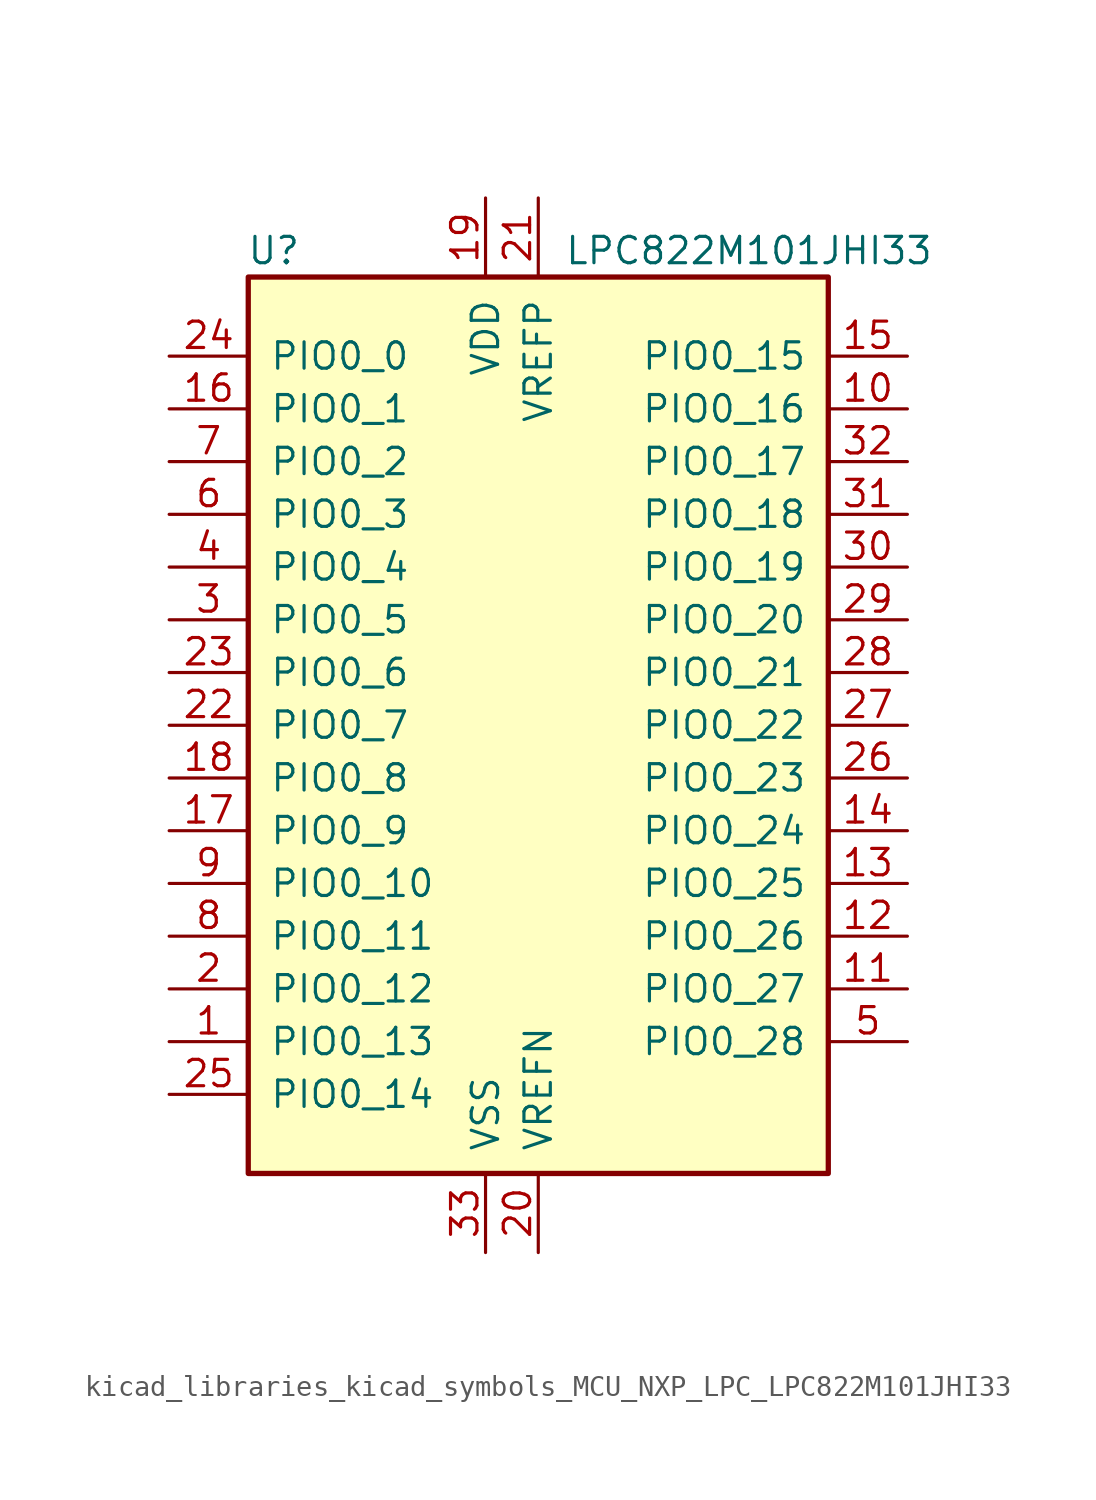
<source format=kicad_sym>
(kicad_symbol_lib
  (version 20220914)
  (generator kicad_symbol_editor)
  (symbol "kicad_libraries_kicad_symbols_MCU_NXP_LPC_LPC822M101JHI33"
    (pin_names
      (offset 1.016))
    (property "Reference" "U"
      (at -11.43 22.86 0)
      (effects (font (size 1.27 1.27)) (justify right)))
    (property "Value" "LPC822M101JHI33"
      (at 19.05 22.86 0)
      (effects (font (size 1.27 1.27)) (justify right)))
    (symbol "kicad_libraries_kicad_symbols_MCU_NXP_LPC_LPC822M101JHI33_0_1"
      (rectangle (start -13.97 21.59) (end 13.97 -21.59) (stroke (width 0.254) (type default)) (fill (type background))))
    (symbol "kicad_libraries_kicad_symbols_MCU_NXP_LPC_LPC822M101JHI33_1_1"
      (pin bidirectional line (at -17.78 -15.24 0) (length 3.81) (name "PIO0_13" (effects (font (size 1.27 1.27)))) (number "1" (effects (font (size 1.27 1.27)))))
      (pin bidirectional line (at 17.78 15.24 180) (length 3.81) (name "PIO0_16" (effects (font (size 1.27 1.27)))) (number "10" (effects (font (size 1.27 1.27)))))
      (pin bidirectional line (at 17.78 -12.7 180) (length 3.81) (name "PIO0_27" (effects (font (size 1.27 1.27)))) (number "11" (effects (font (size 1.27 1.27)))))
      (pin bidirectional line (at 17.78 -10.16 180) (length 3.81) (name "PIO0_26" (effects (font (size 1.27 1.27)))) (number "12" (effects (font (size 1.27 1.27)))))
      (pin bidirectional line (at 17.78 -7.62 180) (length 3.81) (name "PIO0_25" (effects (font (size 1.27 1.27)))) (number "13" (effects (font (size 1.27 1.27)))))
      (pin bidirectional line (at 17.78 -5.08 180) (length 3.81) (name "PIO0_24" (effects (font (size 1.27 1.27)))) (number "14" (effects (font (size 1.27 1.27)))))
      (pin bidirectional line (at 17.78 17.78 180) (length 3.81) (name "PIO0_15" (effects (font (size 1.27 1.27)))) (number "15" (effects (font (size 1.27 1.27)))))
      (pin bidirectional line (at -17.78 15.24 0) (length 3.81) (name "PIO0_1" (effects (font (size 1.27 1.27)))) (number "16" (effects (font (size 1.27 1.27)))))
      (pin bidirectional line (at -17.78 -5.08 0) (length 3.81) (name "PIO0_9" (effects (font (size 1.27 1.27)))) (number "17" (effects (font (size 1.27 1.27)))))
      (pin bidirectional line (at -17.78 -2.54 0) (length 3.81) (name "PIO0_8" (effects (font (size 1.27 1.27)))) (number "18" (effects (font (size 1.27 1.27)))))
      (pin power_in line (at -2.54 25.4 270) (length 3.81) (name "VDD" (effects (font (size 1.27 1.27)))) (number "19" (effects (font (size 1.27 1.27)))))
      (pin bidirectional line (at -17.78 -12.7 0) (length 3.81) (name "PIO0_12" (effects (font (size 1.27 1.27)))) (number "2" (effects (font (size 1.27 1.27)))))
      (pin power_in line (at 0 -25.4 90) (length 3.81) (name "VREFN" (effects (font (size 1.27 1.27)))) (number "20" (effects (font (size 1.27 1.27)))))
      (pin power_in line (at 0 25.4 270) (length 3.81) (name "VREFP" (effects (font (size 1.27 1.27)))) (number "21" (effects (font (size 1.27 1.27)))))
      (pin bidirectional line (at -17.78 0 0) (length 3.81) (name "PIO0_7" (effects (font (size 1.27 1.27)))) (number "22" (effects (font (size 1.27 1.27)))))
      (pin bidirectional line (at -17.78 2.54 0) (length 3.81) (name "PIO0_6" (effects (font (size 1.27 1.27)))) (number "23" (effects (font (size 1.27 1.27)))))
      (pin bidirectional line (at -17.78 17.78 0) (length 3.81) (name "PIO0_0" (effects (font (size 1.27 1.27)))) (number "24" (effects (font (size 1.27 1.27)))))
      (pin bidirectional line (at -17.78 -17.78 0) (length 3.81) (name "PIO0_14" (effects (font (size 1.27 1.27)))) (number "25" (effects (font (size 1.27 1.27)))))
      (pin bidirectional line (at 17.78 -2.54 180) (length 3.81) (name "PIO0_23" (effects (font (size 1.27 1.27)))) (number "26" (effects (font (size 1.27 1.27)))))
      (pin bidirectional line (at 17.78 0 180) (length 3.81) (name "PIO0_22" (effects (font (size 1.27 1.27)))) (number "27" (effects (font (size 1.27 1.27)))))
      (pin bidirectional line (at 17.78 2.54 180) (length 3.81) (name "PIO0_21" (effects (font (size 1.27 1.27)))) (number "28" (effects (font (size 1.27 1.27)))))
      (pin bidirectional line (at 17.78 5.08 180) (length 3.81) (name "PIO0_20" (effects (font (size 1.27 1.27)))) (number "29" (effects (font (size 1.27 1.27)))))
      (pin bidirectional line (at -17.78 5.08 0) (length 3.81) (name "PIO0_5" (effects (font (size 1.27 1.27)))) (number "3" (effects (font (size 1.27 1.27)))))
      (pin bidirectional line (at 17.78 7.62 180) (length 3.81) (name "PIO0_19" (effects (font (size 1.27 1.27)))) (number "30" (effects (font (size 1.27 1.27)))))
      (pin bidirectional line (at 17.78 10.16 180) (length 3.81) (name "PIO0_18" (effects (font (size 1.27 1.27)))) (number "31" (effects (font (size 1.27 1.27)))))
      (pin bidirectional line (at 17.78 12.7 180) (length 3.81) (name "PIO0_17" (effects (font (size 1.27 1.27)))) (number "32" (effects (font (size 1.27 1.27)))))
      (pin power_in line (at -2.54 -25.4 90) (length 3.81) (name "VSS" (effects (font (size 1.27 1.27)))) (number "33" (effects (font (size 1.27 1.27)))))
      (pin bidirectional line (at -17.78 7.62 0) (length 3.81) (name "PIO0_4" (effects (font (size 1.27 1.27)))) (number "4" (effects (font (size 1.27 1.27)))))
      (pin bidirectional line (at 17.78 -15.24 180) (length 3.81) (name "PIO0_28" (effects (font (size 1.27 1.27)))) (number "5" (effects (font (size 1.27 1.27)))))
      (pin bidirectional line (at -17.78 10.16 0) (length 3.81) (name "PIO0_3" (effects (font (size 1.27 1.27)))) (number "6" (effects (font (size 1.27 1.27)))))
      (pin bidirectional line (at -17.78 12.7 0) (length 3.81) (name "PIO0_2" (effects (font (size 1.27 1.27)))) (number "7" (effects (font (size 1.27 1.27)))))
      (pin bidirectional line (at -17.78 -10.16 0) (length 3.81) (name "PIO0_11" (effects (font (size 1.27 1.27)))) (number "8" (effects (font (size 1.27 1.27)))))
      (pin bidirectional line (at -17.78 -7.62 0) (length 3.81) (name "PIO0_10" (effects (font (size 1.27 1.27)))) (number "9" (effects (font (size 1.27 1.27))))))))
</source>
